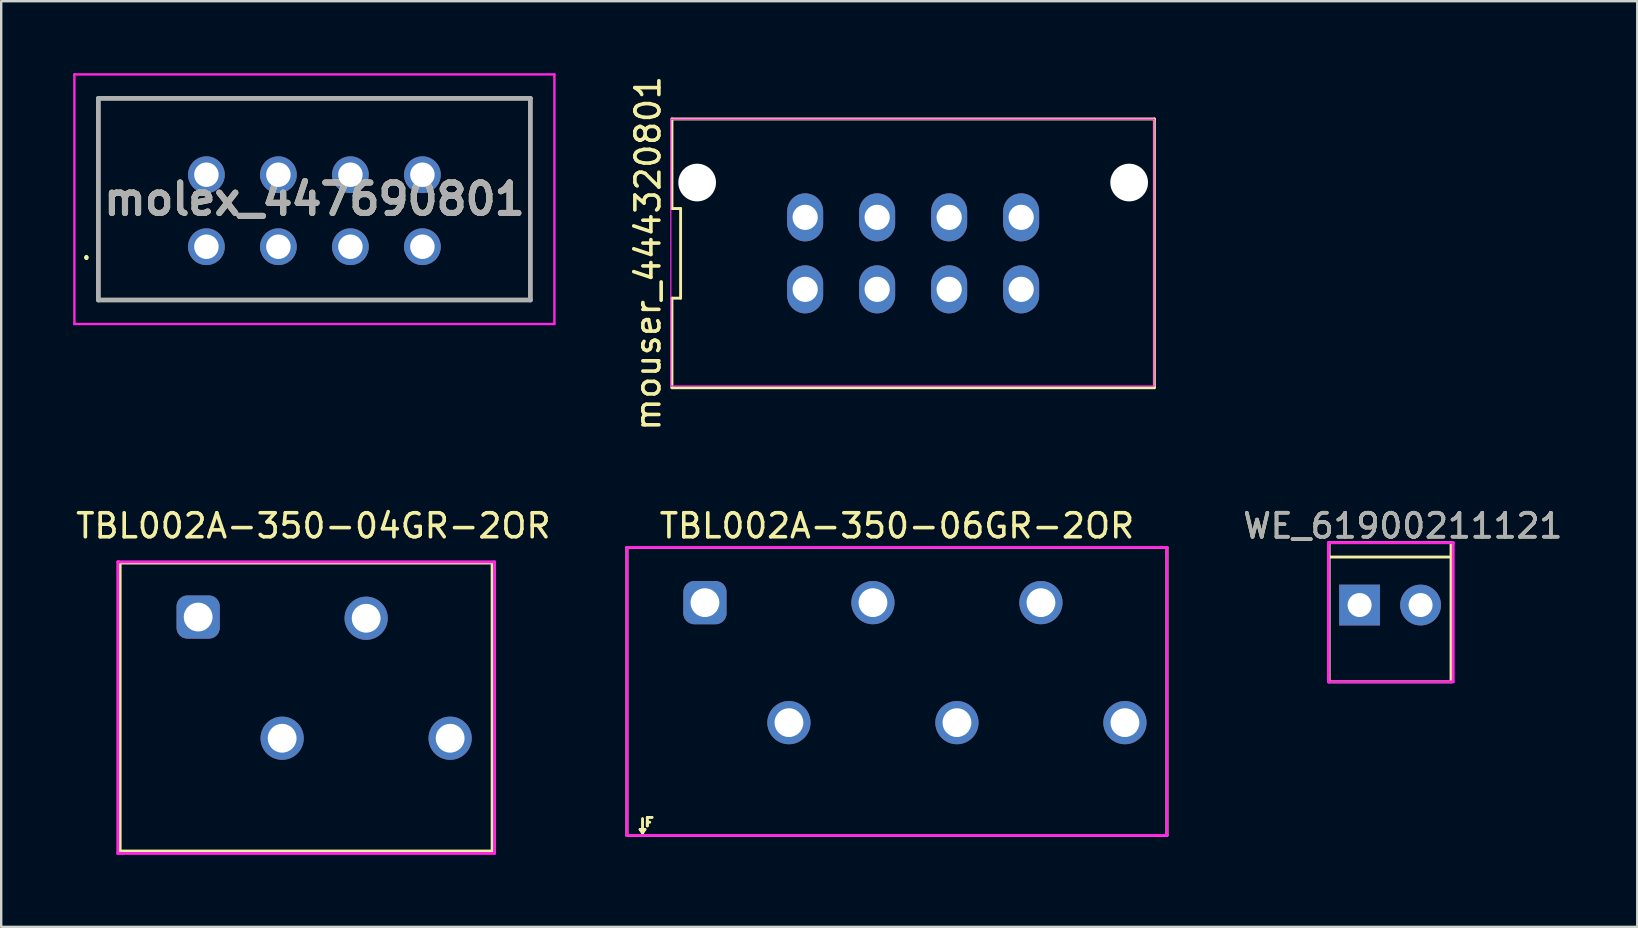
<source format=kicad_pcb>
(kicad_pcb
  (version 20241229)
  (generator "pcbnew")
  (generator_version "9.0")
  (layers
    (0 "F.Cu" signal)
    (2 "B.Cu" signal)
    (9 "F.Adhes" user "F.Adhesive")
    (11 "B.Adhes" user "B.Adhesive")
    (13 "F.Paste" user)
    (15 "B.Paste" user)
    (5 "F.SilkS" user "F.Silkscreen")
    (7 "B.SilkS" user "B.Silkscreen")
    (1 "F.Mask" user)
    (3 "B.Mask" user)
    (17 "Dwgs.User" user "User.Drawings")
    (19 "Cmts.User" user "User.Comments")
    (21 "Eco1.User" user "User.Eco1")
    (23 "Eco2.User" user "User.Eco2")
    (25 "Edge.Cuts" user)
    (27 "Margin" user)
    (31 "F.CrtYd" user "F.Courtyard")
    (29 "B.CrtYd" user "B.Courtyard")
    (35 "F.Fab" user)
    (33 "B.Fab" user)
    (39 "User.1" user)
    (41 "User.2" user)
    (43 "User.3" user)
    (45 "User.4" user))
  (footprint "molex_447690801"
    (layer "F.Cu")
    (at 5.55 7.23)
    (property "Reference" "molex_447690801" (at 4.5 -1.98 0) (layer "F.SilkS") (effects (font (size 1.27 1.27) (thickness 0.254))))
    (attr through_hole)
    (fp_line (start -5 0.4) (end -5 0.4) (stroke (width 0.1) (type solid)) (layer "F.SilkS"))
    (fp_line (start -5 0.5) (end -5 0.5) (stroke (width 0.1) (type solid)) (layer "F.SilkS"))
    (fp_line (start -4.5 -6.18) (end 13.5 -6.18) (stroke (width 0.1) (type solid)) (layer "F.SilkS"))
    (fp_line (start -4.5 2.22) (end -4.5 -6.18) (stroke (width 0.1) (type solid)) (layer "F.SilkS"))
    (fp_line (start 13.5 -6.18) (end 13.5 2.22) (stroke (width 0.1) (type solid)) (layer "F.SilkS"))
    (fp_line (start 13.5 2.22) (end -4.5 2.22) (stroke (width 0.1) (type solid)) (layer "F.SilkS"))
    (fp_arc (start -5 0.4) (mid -4.95 0.45) (end -5 0.5) (stroke (width 0.1) (type solid)) (layer "F.SilkS"))
    (fp_arc (start -5 0.5) (mid -5.05 0.45) (end -5 0.4) (stroke (width 0.1) (type solid)) (layer "F.SilkS"))
    (fp_line (start -5.5 -7.18) (end 14.5 -7.18) (stroke (width 0.1) (type solid)) (layer "F.CrtYd"))
    (fp_line (start -5.5 3.22) (end -5.5 -7.18) (stroke (width 0.1) (type solid)) (layer "F.CrtYd"))
    (fp_line (start 14.5 -7.18) (end 14.5 3.22) (stroke (width 0.1) (type solid)) (layer "F.CrtYd"))
    (fp_line (start 14.5 3.22) (end -5.5 3.22) (stroke (width 0.1) (type solid)) (layer "F.CrtYd"))
    (fp_line (start -4.5 -6.18) (end 13.5 -6.18) (stroke (width 0.2) (type solid)) (layer "F.Fab"))
    (fp_line (start -4.5 2.22) (end -4.5 -6.18) (stroke (width 0.2) (type solid)) (layer "F.Fab"))
    (fp_line (start 13.5 -6.18) (end 13.5 2.22) (stroke (width 0.2) (type solid)) (layer "F.Fab"))
    (fp_line (start 13.5 2.22) (end -4.5 2.22) (stroke (width 0.2) (type solid)) (layer "F.Fab"))
    (fp_text user "${REFERENCE}" (at 4.5 -1.98 0) (layer "F.Fab") (effects (font (size 1.27 1.27) (thickness 0.254))))
    (pad "" np_thru_hole circle (at -3 -3) (size 0.001 0.001) (drill 2.36) (layers "*.Cu" "*.Mask"))
    (pad "" np_thru_hole circle (at 12 -3) (size 0.001 0.001) (drill 2.36) (layers "*.Cu" "*.Mask"))
    (pad "1" thru_hole circle (at 0 0) (size 1.53 1.53) (drill 1.02) (layers "*.Cu" "*.Mask"))
    (pad "2" thru_hole circle (at 3 0) (size 1.53 1.53) (drill 1.02) (layers "*.Cu" "*.Mask"))
    (pad "3" thru_hole circle (at 6 0) (size 1.53 1.53) (drill 1.02) (layers "*.Cu" "*.Mask"))
    (pad "4" thru_hole circle (at 9 0) (size 1.53 1.53) (drill 1.02) (layers "*.Cu" "*.Mask"))
    (pad "5" thru_hole circle (at 0 -3) (size 1.53 1.53) (drill 1.02) (layers "*.Cu" "*.Mask"))
    (pad "6" thru_hole circle (at 3 -3) (size 1.53 1.53) (drill 1.02) (layers "*.Cu" "*.Mask"))
    (pad "7" thru_hole circle (at 6 -3) (size 1.53 1.53) (drill 1.02) (layers "*.Cu" "*.Mask"))
    (pad "8" thru_hole circle (at 9 -3) (size 1.53 1.53) (drill 1.02) (layers "*.Cu" "*.Mask")))
  (footprint "WE_61900211121"
    (layer "F.Cu")
    (at 53.6 22.16)
    (property "Reference" "WE_61900211121" (at 1.8 -3.3 0) (layer "F.SilkS") (effects (font (size 1 1) (thickness 0.15))))
    (attr through_hole)
    (fp_line (start -1.27 -2.6) (end -1.27 3.2) (stroke (width 0.12) (type solid)) (layer "F.SilkS"))
    (fp_line (start -1.27 -2.6) (end 3.81 -2.6) (stroke (width 0.12) (type solid)) (layer "F.SilkS"))
    (fp_line (start -1.27 -2) (end 3.81 -2) (stroke (width 0.12) (type solid)) (layer "F.SilkS"))
    (fp_line (start 3.81 -2.6) (end 3.81 3.2) (stroke (width 0.12) (type solid)) (layer "F.SilkS"))
    (fp_line (start 3.81 3.2) (end -1.27 3.2) (stroke (width 0.12) (type solid)) (layer "F.SilkS"))
    (fp_line (start -1.3 -2.6) (end 3.9 -2.6) (stroke (width 0.12) (type solid)) (layer "F.CrtYd"))
    (fp_line (start -1.3 3.2) (end -1.3 -2.6) (stroke (width 0.12) (type solid)) (layer "F.CrtYd"))
    (fp_line (start 3.9 -2.6) (end 3.9 3.2) (stroke (width 0.12) (type solid)) (layer "F.CrtYd"))
    (fp_line (start 3.9 3.2) (end -1.3 3.2) (stroke (width 0.12) (type solid)) (layer "F.CrtYd"))
    (fp_text user "${REFERENCE}" (at 1.8 -3.3 180) (layer "F.Fab") (effects (font (size 1 1) (thickness 0.15))))
    (pad "1" thru_hole rect (at 0 0) (size 1.7 1.7) (drill 1) (layers "*.Cu" "*.Mask"))
    (pad "2" thru_hole oval (at 2.54 0) (size 1.7 1.7) (drill 1) (layers "*.Cu" "*.Mask")))
  (footprint "TBL002A-350-04GR-2OR"
    (layer "F.Cu")
    (at 9.706 22.71)
    (property "Reference" "TBL002A-350-04GR-2OR" (at 0.3 -3.85 0) (layer "F.SilkS") (effects (font (size 1 1) (thickness 0.15))))
    (attr through_hole)
    (fp_line (start -7.75 -2.3) (end -7.75 9.7) (stroke (width 0.12) (type solid)) (layer "F.SilkS"))
    (fp_line (start -7.75 -2.3) (end 7.75 -2.3) (stroke (width 0.12) (type solid)) (layer "F.SilkS"))
    (fp_line (start -7.75 9.7) (end 7.75 9.7) (stroke (width 0.12) (type solid)) (layer "F.SilkS"))
    (fp_line (start 7.75 -2.3) (end 7.75 9.7) (stroke (width 0.12) (type solid)) (layer "F.SilkS"))
    (fp_line (start -7.85 -2.35) (end -7.8 -2.35) (stroke (width 0.12) (type solid)) (layer "F.CrtYd"))
    (fp_line (start -7.85 9.8) (end -7.85 -2.35) (stroke (width 0.12) (type solid)) (layer "F.CrtYd"))
    (fp_line (start -7.8 -2.35) (end 7.85 -2.35) (stroke (width 0.12) (type solid)) (layer "F.CrtYd"))
    (fp_line (start 7.85 -2.35) (end 7.85 9.8) (stroke (width 0.12) (type solid)) (layer "F.CrtYd"))
    (fp_line (start 7.85 9.8) (end -7.85 9.8) (stroke (width 0.12) (type solid)) (layer "F.CrtYd"))
    (pad "1" thru_hole roundrect (at -4.5 -0.05) (size 1.8 1.8) (drill 1.2) (layers "*.Cu" "*.Mask") (roundrect_rratio 0.25))
    (pad "2" thru_hole circle (at -1 5) (size 1.8 1.8) (drill 1.2) (layers "*.Cu" "*.Mask"))
    (pad "3" thru_hole circle (at 2.5 0) (size 1.8 1.8) (drill 1.2) (layers "*.Cu" "*.Mask"))
    (pad "4" thru_hole circle (at 6 5) (size 1.8 1.8) (drill 1.2) (layers "*.Cu" "*.Mask")))
  (footprint "mouser_444320801"
    (layer "F.Cu")
    (at 34.998 7.506)
    (property "Reference" "mouser_444320801" (at -11.05 0 90) (layer "F.SilkS") (effects (font (size 1 1) (thickness 0.15))))
    (attr through_hole)
    (fp_line (start -10.05 -5.6) (end -10.05 -1.867) (stroke (width 0.12) (type solid)) (layer "F.SilkS"))
    (fp_line (start -10.05 -1.867) (end -9.69 -1.867) (stroke (width 0.12) (type solid)) (layer "F.SilkS"))
    (fp_line (start -10.05 1.867) (end -10.05 5.6) (stroke (width 0.12) (type solid)) (layer "F.SilkS"))
    (fp_line (start -10.05 5.6) (end 10.05 5.6) (stroke (width 0.12) (type solid)) (layer "F.SilkS"))
    (fp_line (start -9.69 -1.867) (end -9.69 1.867) (stroke (width 0.12) (type solid)) (layer "F.SilkS"))
    (fp_line (start -9.69 1.867) (end -10.05 1.867) (stroke (width 0.12) (type solid)) (layer "F.SilkS"))
    (fp_line (start 10.05 -5.6) (end -10.05 -5.6) (stroke (width 0.12) (type solid)) (layer "F.SilkS"))
    (fp_line (start 10.05 5.6) (end 10.05 -5.6) (stroke (width 0.12) (type solid)) (layer "F.SilkS"))
    (fp_line (start -10.097 -5.588) (end 10.033 -5.588) (stroke (width 0.05) (type solid)) (layer "F.CrtYd"))
    (fp_line (start -10.097 5.524) (end -10.097 -5.588) (stroke (width 0.05) (type solid)) (layer "F.CrtYd"))
    (fp_line (start 10.033 -5.588) (end 10.033 5.524) (stroke (width 0.05) (type solid)) (layer "F.CrtYd"))
    (fp_line (start 10.033 5.524) (end -10.097 5.524) (stroke (width 0.05) (type solid)) (layer "F.CrtYd"))
    (pad "" np_thru_hole circle (at -9 -2.95) (size 1.57 1.57) (drill 1.57) (layers "*.Cu" "*.Mask"))
    (pad "" np_thru_hole circle (at 9 -2.95) (size 1.57 1.57) (drill 1.57) (layers "*.Cu" "*.Mask"))
    (pad "1" thru_hole oval (at 4.5 1.5) (size 1.5 2) (drill 1.05) (layers "*.Cu" "*.Mask"))
    (pad "2" thru_hole oval (at 1.5 1.5) (size 1.5 2) (drill 1.05) (layers "*.Cu" "*.Mask"))
    (pad "3" thru_hole oval (at -1.5 1.5) (size 1.5 2) (drill 1.05) (layers "*.Cu" "*.Mask"))
    (pad "4" thru_hole oval (at -4.5 1.5) (size 1.5 2) (drill 1.05) (layers "*.Cu" "*.Mask"))
    (pad "5" thru_hole oval (at 4.5 -1.5) (size 1.5 2) (drill 1.05) (layers "*.Cu" "*.Mask"))
    (pad "6" thru_hole oval (at 1.5 -1.5) (size 1.5 2) (drill 1.05) (layers "*.Cu" "*.Mask"))
    (pad "7" thru_hole oval (at -1.5 -1.5) (size 1.5 2) (drill 1.05) (layers "*.Cu" "*.Mask"))
    (pad "8" thru_hole oval (at -4.5 -1.5) (size 1.5 2) (drill 1.05) (layers "*.Cu" "*.Mask")))
  (footprint "TBL002A-350-06GR-2OR"
    (layer "F.Cu")
    (at 34.322 22.06)
    (property "Reference" "TBL002A-350-06GR-2OR" (at 0 -3.2 0) (layer "F.SilkS") (effects (font (size 1 1) (thickness 0.15))))
    (attr through_hole)
    (fp_line (start -11.25 -2.3) (end -11.25 9.7) (stroke (width 0.12) (type solid)) (layer "F.SilkS"))
    (fp_line (start -11.25 -2.3) (end 11.25 -2.3) (stroke (width 0.12) (type solid)) (layer "F.SilkS"))
    (fp_line (start -11.25 9.7) (end 11.25 9.7) (stroke (width 0.12) (type solid)) (layer "F.SilkS"))
    (fp_line (start -10.6 9) (end -10.6 9.6) (stroke (width 0.12) (type solid)) (layer "F.SilkS"))
    (fp_line (start -10.6 9.6) (end -10.7 9.45) (stroke (width 0.12) (type solid)) (layer "F.SilkS"))
    (fp_line (start -10.6 9.6) (end -10.5 9.45) (stroke (width 0.12) (type solid)) (layer "F.SilkS"))
    (fp_line (start -10.5 9.45) (end -10.7 9.45) (stroke (width 0.12) (type solid)) (layer "F.SilkS"))
    (fp_line (start -10.4 8.95) (end -10.2 8.95) (stroke (width 0.12) (type solid)) (layer "F.SilkS"))
    (fp_line (start -10.4 9.1) (end -10.4 9.3) (stroke (width 0.12) (type solid)) (layer "F.SilkS"))
    (fp_line (start -10.4 9.15) (end -10.3 9.15) (stroke (width 0.12) (type solid)) (layer "F.SilkS"))
    (fp_line (start -10.4 9.3) (end -10.4 8.95) (stroke (width 0.12) (type solid)) (layer "F.SilkS"))
    (fp_line (start 11.25 -2.3) (end 11.25 9.7) (stroke (width 0.12) (type solid)) (layer "F.SilkS"))
    (fp_line (start -11.25 -2.3) (end 11.25 -2.3) (stroke (width 0.12) (type solid)) (layer "F.CrtYd"))
    (fp_line (start -11.25 9.7) (end -11.25 -2.3) (stroke (width 0.12) (type solid)) (layer "F.CrtYd"))
    (fp_line (start 11.25 -2.3) (end 11.25 9.7) (stroke (width 0.12) (type solid)) (layer "F.CrtYd"))
    (fp_line (start 11.25 9.7) (end -11.25 9.7) (stroke (width 0.12) (type solid)) (layer "F.CrtYd"))
    (pad "1" thru_hole roundrect (at -8 0) (size 1.8 1.8) (drill 1.2) (layers "*.Cu" "*.Mask") (roundrect_rratio 0.25))
    (pad "2" thru_hole circle (at -4.5 5) (size 1.8 1.8) (drill 1.2) (layers "*.Cu" "*.Mask"))
    (pad "3" thru_hole circle (at -1 0) (size 1.8 1.8) (drill 1.2) (layers "*.Cu" "*.Mask"))
    (pad "4" thru_hole circle (at 2.5 5) (size 1.8 1.8) (drill 1.2) (layers "*.Cu" "*.Mask"))
    (pad "5" thru_hole circle (at 6 0) (size 1.8 1.8) (drill 1.2) (layers "*.Cu" "*.Mask"))
    (pad "6" thru_hole circle (at 9.5 5) (size 1.8 1.8) (drill 1.2) (layers "*.Cu" "*.Mask")))
  (gr_rect
    (start -3 -3)
    (end 65.168 35.57)
    (stroke (width 0.1) (type default))
    (fill no)
    (layer "Edge.Cuts")))
</source>
